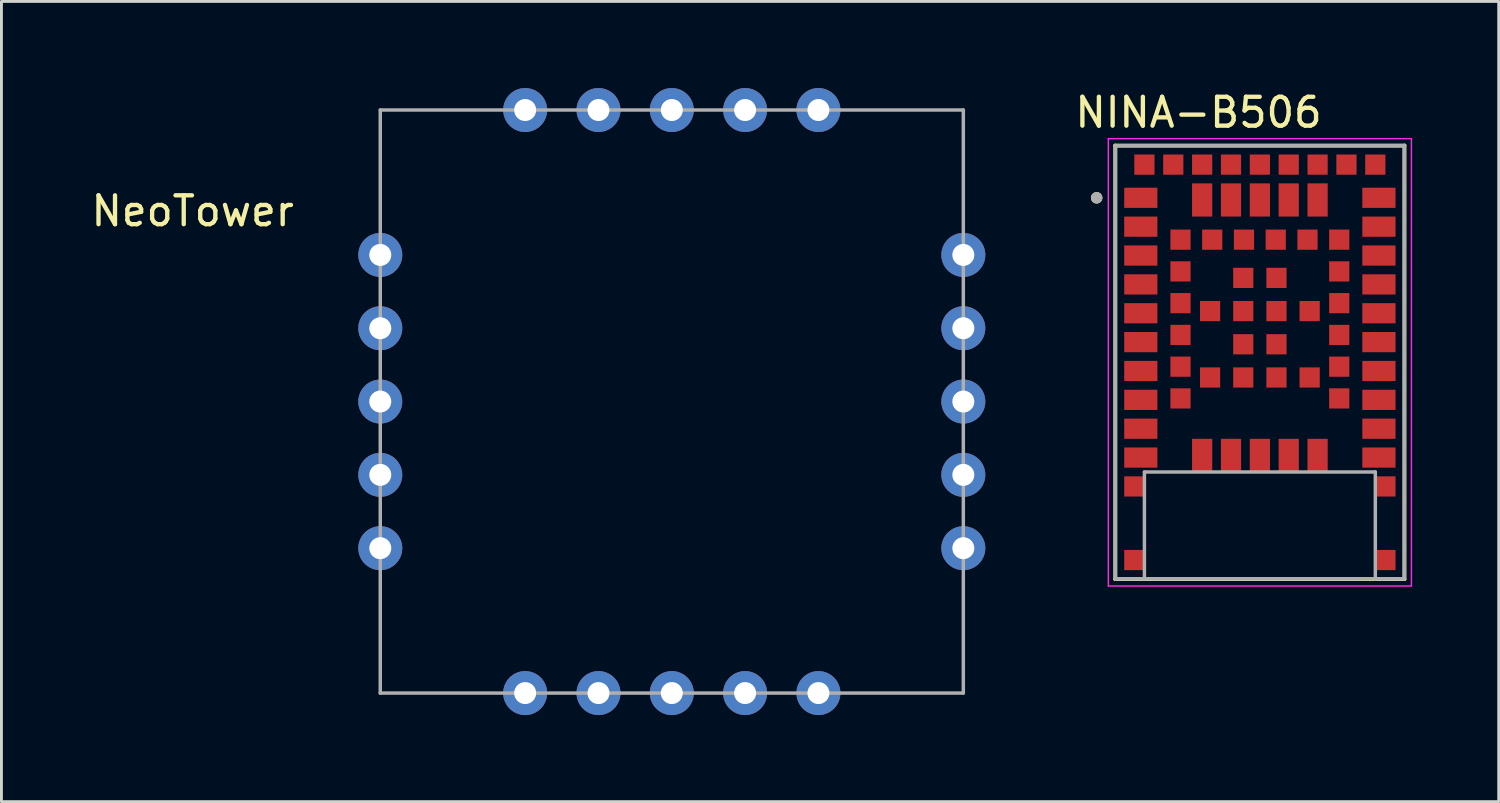
<source format=kicad_pcb>
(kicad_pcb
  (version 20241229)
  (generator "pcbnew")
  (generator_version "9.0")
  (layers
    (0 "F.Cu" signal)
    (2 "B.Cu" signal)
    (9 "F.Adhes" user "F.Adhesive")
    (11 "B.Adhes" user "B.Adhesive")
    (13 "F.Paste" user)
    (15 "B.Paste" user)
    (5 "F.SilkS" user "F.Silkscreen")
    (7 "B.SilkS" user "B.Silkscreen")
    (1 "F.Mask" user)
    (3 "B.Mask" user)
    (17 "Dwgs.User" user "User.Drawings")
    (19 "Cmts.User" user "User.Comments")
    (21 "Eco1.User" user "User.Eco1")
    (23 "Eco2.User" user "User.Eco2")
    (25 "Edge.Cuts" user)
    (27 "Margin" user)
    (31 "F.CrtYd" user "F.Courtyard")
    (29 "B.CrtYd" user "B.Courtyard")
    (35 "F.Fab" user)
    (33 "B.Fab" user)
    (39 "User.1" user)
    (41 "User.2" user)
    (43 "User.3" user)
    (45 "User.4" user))
  (footprint "NeoTower"
    (layer "F.Cu")
    (at 10.125 0.762)
    (property "Reference" "NeoTower" (at -6.5 3.5 0) (layer "F.SilkS") (effects (font (size 1 1) (thickness 0.15))))
    (attr through_hole)
    (fp_line (start 0 0) (end 0 20.2) (stroke (width 0.12) (type solid)) (layer "F.Fab"))
    (fp_line (start 0 0) (end 20.2 0) (stroke (width 0.12) (type solid)) (layer "F.Fab"))
    (fp_line (start 20.2 0) (end 20.2 20.2) (stroke (width 0.12) (type solid)) (layer "F.Fab"))
    (fp_line (start 20.2 20.2) (end 0 20.2) (stroke (width 0.12) (type solid)) (layer "F.Fab"))
    (pad "1" thru_hole circle (at 0 12.64) (size 1.524 1.524) (drill 0.762) (layers "*.Cu" "*.Mask"))
    (pad "1" thru_hole circle (at 0 15.18) (size 1.524 1.524) (drill 0.762) (layers "*.Cu" "*.Mask"))
    (pad "1" thru_hole circle (at 5.02 0) (size 1.524 1.524) (drill 0.762) (layers "*.Cu" "*.Mask"))
    (pad "1" thru_hole circle (at 7.56 0) (size 1.524 1.524) (drill 0.762) (layers "*.Cu" "*.Mask"))
    (pad "1" thru_hole circle (at 12.64 20.2) (size 1.524 1.524) (drill 0.762) (layers "*.Cu" "*.Mask"))
    (pad "1" thru_hole circle (at 15.18 20.2) (size 1.524 1.524) (drill 0.762) (layers "*.Cu" "*.Mask"))
    (pad "1" thru_hole circle (at 20.2 5.02) (size 1.524 1.524) (drill 0.762) (layers "*.Cu" "*.Mask"))
    (pad "1" thru_hole circle (at 20.2 7.56) (size 1.524 1.524) (drill 0.762) (layers "*.Cu" "*.Mask"))
    (pad "2" thru_hole circle (at 0 5.02) (size 1.524 1.524) (drill 0.762) (layers "*.Cu" "*.Mask"))
    (pad "2" thru_hole circle (at 0 7.56) (size 1.524 1.524) (drill 0.762) (layers "*.Cu" "*.Mask"))
    (pad "2" thru_hole circle (at 5.02 20.2) (size 1.524 1.524) (drill 0.762) (layers "*.Cu" "*.Mask"))
    (pad "2" thru_hole circle (at 7.56 20.2) (size 1.524 1.524) (drill 0.762) (layers "*.Cu" "*.Mask"))
    (pad "2" thru_hole circle (at 12.64 0) (size 1.524 1.524) (drill 0.762) (layers "*.Cu" "*.Mask"))
    (pad "2" thru_hole circle (at 15.18 0) (size 1.524 1.524) (drill 0.762) (layers "*.Cu" "*.Mask"))
    (pad "2" thru_hole circle (at 20.2 12.64) (size 1.524 1.524) (drill 0.762) (layers "*.Cu" "*.Mask"))
    (pad "2" thru_hole circle (at 20.2 15.18) (size 1.524 1.524) (drill 0.762) (layers "*.Cu" "*.Mask"))
    (pad "3" thru_hole circle (at 10.1 0) (size 1.524 1.524) (drill 0.762) (layers "*.Cu" "*.Mask"))
    (pad "4" thru_hole circle (at 20.2 10.1) (size 1.524 1.524) (drill 0.762) (layers "*.Cu" "*.Mask"))
    (pad "5" thru_hole circle (at 10.1 20.2) (size 1.524 1.524) (drill 0.762) (layers "*.Cu" "*.Mask"))
    (pad "6" thru_hole circle (at 0 10.1) (size 1.524 1.524) (drill 0.762) (layers "*.Cu" "*.Mask")))
  (footprint "NINA-B506"
    (layer "F.Cu")
    (at 40.599 9.503)
    (property "Reference" "NINA-B506" (at -2.125 -8.655 0) (layer "F.SilkS") (effects (font (size 1 1) (thickness 0.15))))
    (attr through_hole)
    (fp_line (start -5.013 -7.513) (end 5.013 -7.513) (stroke (width 0.127) (type solid)) (layer "F.SilkS"))
    (fp_line (start -5.013 7.513) (end -5.013 -7.513) (stroke (width 0.127) (type solid)) (layer "F.SilkS"))
    (fp_line (start 5.013 -7.513) (end 5.013 7.513) (stroke (width 0.127) (type solid)) (layer "F.SilkS"))
    (fp_line (start 5.013 7.513) (end -5.013 7.513) (stroke (width 0.127) (type solid)) (layer "F.SilkS"))
    (fp_circle (center -5.654 -5.7) (end -5.554 -5.7) (stroke (width 0.2) (type solid)) (fill no) (layer "F.SilkS"))
    (fp_line (start -5.25 -7.75) (end 5.25 -7.75) (stroke (width 0.05) (type solid)) (layer "F.CrtYd"))
    (fp_line (start -5.25 7.75) (end -5.25 -7.75) (stroke (width 0.05) (type solid)) (layer "F.CrtYd"))
    (fp_line (start 5.25 -7.75) (end 5.25 7.75) (stroke (width 0.05) (type solid)) (layer "F.CrtYd"))
    (fp_line (start 5.25 7.75) (end -5.25 7.75) (stroke (width 0.05) (type solid)) (layer "F.CrtYd"))
    (fp_line (start -5 -7.5) (end 5 -7.5) (stroke (width 0.127) (type solid)) (layer "F.Fab"))
    (fp_line (start -5 7.5) (end -5 -7.5) (stroke (width 0.127) (type solid)) (layer "F.Fab"))
    (fp_line (start -4 3.8) (end 4 3.8) (stroke (width 0.12) (type solid)) (layer "F.Fab"))
    (fp_line (start -4 7.5) (end -4 3.8) (stroke (width 0.12) (type solid)) (layer "F.Fab"))
    (fp_line (start 4 3.8) (end 4 7.5) (stroke (width 0.12) (type solid)) (layer "F.Fab"))
    (fp_line (start 5 -7.5) (end 5 7.5) (stroke (width 0.127) (type solid)) (layer "F.Fab"))
    (fp_line (start 5 7.5) (end -5 7.5) (stroke (width 0.127) (type solid)) (layer "F.Fab"))
    (fp_circle (center -5.654 -5.7) (end -5.554 -5.7) (stroke (width 0.2) (type solid)) (fill no) (layer "F.Fab"))
    (pad "1" smd rect (at -4.125 -5.7) (size 1.15 0.7) (layers "F.Cu" "F.Mask" "F.Paste"))
    (pad "2" smd rect (at -4.125 -4.7) (size 1.15 0.7) (layers "F.Cu" "F.Mask" "F.Paste"))
    (pad "3" smd rect (at -4.125 -3.7) (size 1.15 0.7) (layers "F.Cu" "F.Mask" "F.Paste"))
    (pad "4" smd rect (at -4.125 -2.7) (size 1.15 0.7) (layers "F.Cu" "F.Mask" "F.Paste"))
    (pad "5" smd rect (at -4.125 -1.7) (size 1.15 0.7) (layers "F.Cu" "F.Mask" "F.Paste"))
    (pad "6" smd rect (at -4.125 -0.7) (size 1.15 0.7) (layers "F.Cu" "F.Mask" "F.Paste"))
    (pad "7" smd rect (at -4.125 0.3) (size 1.15 0.7) (layers "F.Cu" "F.Mask" "F.Paste"))
    (pad "8" smd rect (at -4.125 1.3) (size 1.15 0.7) (layers "F.Cu" "F.Mask" "F.Paste"))
    (pad "9" smd rect (at -4.125 2.3) (size 1.15 0.7) (layers "F.Cu" "F.Mask" "F.Paste"))
    (pad "10" smd rect (at -4.125 3.3) (size 1.15 0.7) (layers "F.Cu" "F.Mask" "F.Paste"))
    (pad "11" smd rect (at -2 3.225) (size 0.7 1.15) (layers "F.Cu" "F.Mask" "F.Paste"))
    (pad "12" smd rect (at -1 3.225) (size 0.7 1.15) (layers "F.Cu" "F.Mask" "F.Paste"))
    (pad "13" smd rect (at 0 3.225) (size 0.7 1.15) (layers "F.Cu" "F.Mask" "F.Paste"))
    (pad "14" smd rect (at 1 3.225) (size 0.7 1.15) (layers "F.Cu" "F.Mask" "F.Paste"))
    (pad "15" smd rect (at 2 3.225) (size 0.7 1.15) (layers "F.Cu" "F.Mask" "F.Paste"))
    (pad "16" smd rect (at 4.125 3.3) (size 1.15 0.7) (layers "F.Cu" "F.Mask" "F.Paste"))
    (pad "17" smd rect (at 4.125 2.3) (size 1.15 0.7) (layers "F.Cu" "F.Mask" "F.Paste"))
    (pad "18" smd rect (at 4.125 1.3) (size 1.15 0.7) (layers "F.Cu" "F.Mask" "F.Paste"))
    (pad "19" smd rect (at 4.125 0.3) (size 1.15 0.7) (layers "F.Cu" "F.Mask" "F.Paste"))
    (pad "20" smd rect (at 4.125 -0.7) (size 1.15 0.7) (layers "F.Cu" "F.Mask" "F.Paste"))
    (pad "21" smd rect (at 4.125 -1.7) (size 1.15 0.7) (layers "F.Cu" "F.Mask" "F.Paste"))
    (pad "22" smd rect (at 4.125 -2.7) (size 1.15 0.7) (layers "F.Cu" "F.Mask" "F.Paste"))
    (pad "23" smd rect (at 4.125 -3.7) (size 1.15 0.7) (layers "F.Cu" "F.Mask" "F.Paste"))
    (pad "24" smd rect (at 4.125 -4.7) (size 1.15 0.7) (layers "F.Cu" "F.Mask" "F.Paste"))
    (pad "25" smd rect (at 4.125 -5.7) (size 1.15 0.7) (layers "F.Cu" "F.Mask" "F.Paste"))
    (pad "26" smd rect (at 2 -5.625) (size 0.7 1.15) (layers "F.Cu" "F.Mask" "F.Paste"))
    (pad "27" smd rect (at 1 -5.625) (size 0.7 1.15) (layers "F.Cu" "F.Mask" "F.Paste"))
    (pad "28" smd rect (at 0 -5.625) (size 0.7 1.15) (layers "F.Cu" "F.Mask" "F.Paste"))
    (pad "29" smd rect (at -1 -5.625) (size 0.7 1.15) (layers "F.Cu" "F.Mask" "F.Paste"))
    (pad "30" smd rect (at -2 -5.625) (size 0.7 1.15) (layers "F.Cu" "F.Mask" "F.Paste"))
    (pad "31" smd rect (at -2.75 -4.25) (size 0.7 0.7) (layers "F.Cu" "F.Mask" "F.Paste"))
    (pad "32" smd rect (at -2.75 -3.15) (size 0.7 0.7) (layers "F.Cu" "F.Mask" "F.Paste"))
    (pad "33" smd rect (at -2.75 -2.05) (size 0.7 0.7) (layers "F.Cu" "F.Mask" "F.Paste"))
    (pad "34" smd rect (at -2.75 -0.95) (size 0.7 0.7) (layers "F.Cu" "F.Mask" "F.Paste"))
    (pad "35" smd rect (at -2.75 0.15) (size 0.7 0.7) (layers "F.Cu" "F.Mask" "F.Paste"))
    (pad "36" smd rect (at -2.75 1.25) (size 0.7 0.7) (layers "F.Cu" "F.Mask" "F.Paste"))
    (pad "37" smd rect (at 2.75 1.25) (size 0.7 0.7) (layers "F.Cu" "F.Mask" "F.Paste"))
    (pad "38" smd rect (at 2.75 0.15) (size 0.7 0.7) (layers "F.Cu" "F.Mask" "F.Paste"))
    (pad "39" smd rect (at 2.75 -0.95) (size 0.7 0.7) (layers "F.Cu" "F.Mask" "F.Paste"))
    (pad "40" smd rect (at 2.75 -2.05) (size 0.7 0.7) (layers "F.Cu" "F.Mask" "F.Paste"))
    (pad "41" smd rect (at 2.75 -3.15) (size 0.7 0.7) (layers "F.Cu" "F.Mask" "F.Paste"))
    (pad "42" smd rect (at 2.75 -4.25) (size 0.7 0.7) (layers "F.Cu" "F.Mask" "F.Paste"))
    (pad "43" smd rect (at 1.65 -4.25) (size 0.7 0.7) (layers "F.Cu" "F.Mask" "F.Paste"))
    (pad "44" smd rect (at 0.55 -4.25) (size 0.7 0.7) (layers "F.Cu" "F.Mask" "F.Paste"))
    (pad "45" smd rect (at -0.55 -4.25) (size 0.7 0.7) (layers "F.Cu" "F.Mask" "F.Paste"))
    (pad "46" smd rect (at -1.65 -4.25) (size 0.7 0.7) (layers "F.Cu" "F.Mask" "F.Paste"))
    (pad "47" smd rect (at 4 -6.85) (size 0.7 0.7) (layers "F.Cu" "F.Mask" "F.Paste"))
    (pad "48" smd rect (at 3 -6.85) (size 0.7 0.7) (layers "F.Cu" "F.Mask" "F.Paste"))
    (pad "49" smd rect (at 2 -6.85) (size 0.7 0.7) (layers "F.Cu" "F.Mask" "F.Paste"))
    (pad "50" smd rect (at 1 -6.85) (size 0.7 0.7) (layers "F.Cu" "F.Mask" "F.Paste"))
    (pad "51" smd rect (at 0 -6.85) (size 0.7 0.7) (layers "F.Cu" "F.Mask" "F.Paste"))
    (pad "52" smd rect (at -1 -6.85) (size 0.7 0.7) (layers "F.Cu" "F.Mask" "F.Paste"))
    (pad "53" smd rect (at -2 -6.85) (size 0.7 0.7) (layers "F.Cu" "F.Mask" "F.Paste"))
    (pad "54" smd rect (at -3 -6.85) (size 0.7 0.7) (layers "F.Cu" "F.Mask" "F.Paste"))
    (pad "55" smd rect (at -4 -6.85) (size 0.7 0.7) (layers "F.Cu" "F.Mask" "F.Paste"))
    (pad "56" smd rect (at -1.725 -1.775) (size 0.7 0.7) (layers "F.Cu" "F.Mask" "F.Paste"))
    (pad "56" smd rect (at -1.725 0.525) (size 0.7 0.7) (layers "F.Cu" "F.Mask" "F.Paste"))
    (pad "56" smd rect (at -0.575 -2.925) (size 0.7 0.7) (layers "F.Cu" "F.Mask" "F.Paste"))
    (pad "56" smd rect (at -0.575 -1.775) (size 0.7 0.7) (layers "F.Cu" "F.Mask" "F.Paste"))
    (pad "56" smd rect (at -0.575 -0.625) (size 0.7 0.7) (layers "F.Cu" "F.Mask" "F.Paste"))
    (pad "56" smd rect (at -0.575 0.525) (size 0.7 0.7) (layers "F.Cu" "F.Mask" "F.Paste"))
    (pad "56" smd rect (at 0.575 -2.925) (size 0.7 0.7) (layers "F.Cu" "F.Mask" "F.Paste"))
    (pad "56" smd rect (at 0.575 -1.775) (size 0.7 0.7) (layers "F.Cu" "F.Mask" "F.Paste"))
    (pad "56" smd rect (at 0.575 -0.625) (size 0.7 0.7) (layers "F.Cu" "F.Mask" "F.Paste"))
    (pad "56" smd rect (at 0.575 0.525) (size 0.7 0.7) (layers "F.Cu" "F.Mask" "F.Paste"))
    (pad "56" smd rect (at 1.725 -1.775) (size 0.7 0.7) (layers "F.Cu" "F.Mask" "F.Paste"))
    (pad "56" smd rect (at 1.725 0.525) (size 0.7 0.7) (layers "F.Cu" "F.Mask" "F.Paste"))
    (pad "57" smd rect (at -4.35 4.3) (size 0.7 0.7) (layers "F.Cu" "F.Mask" "F.Paste"))
    (pad "57" smd rect (at -4.35 6.85) (size 0.7 0.7) (layers "F.Cu" "F.Mask" "F.Paste"))
    (pad "57" smd rect (at 4.35 4.3) (size 0.7 0.7) (layers "F.Cu" "F.Mask" "F.Paste"))
    (pad "57" smd rect (at 4.35 6.85) (size 0.7 0.7) (layers "F.Cu" "F.Mask" "F.Paste")))
  (gr_rect
    (start -3 -3)
    (end 48.874 24.724)
    (stroke (width 0.1) (type default))
    (fill no)
    (layer "Edge.Cuts")))
</source>
